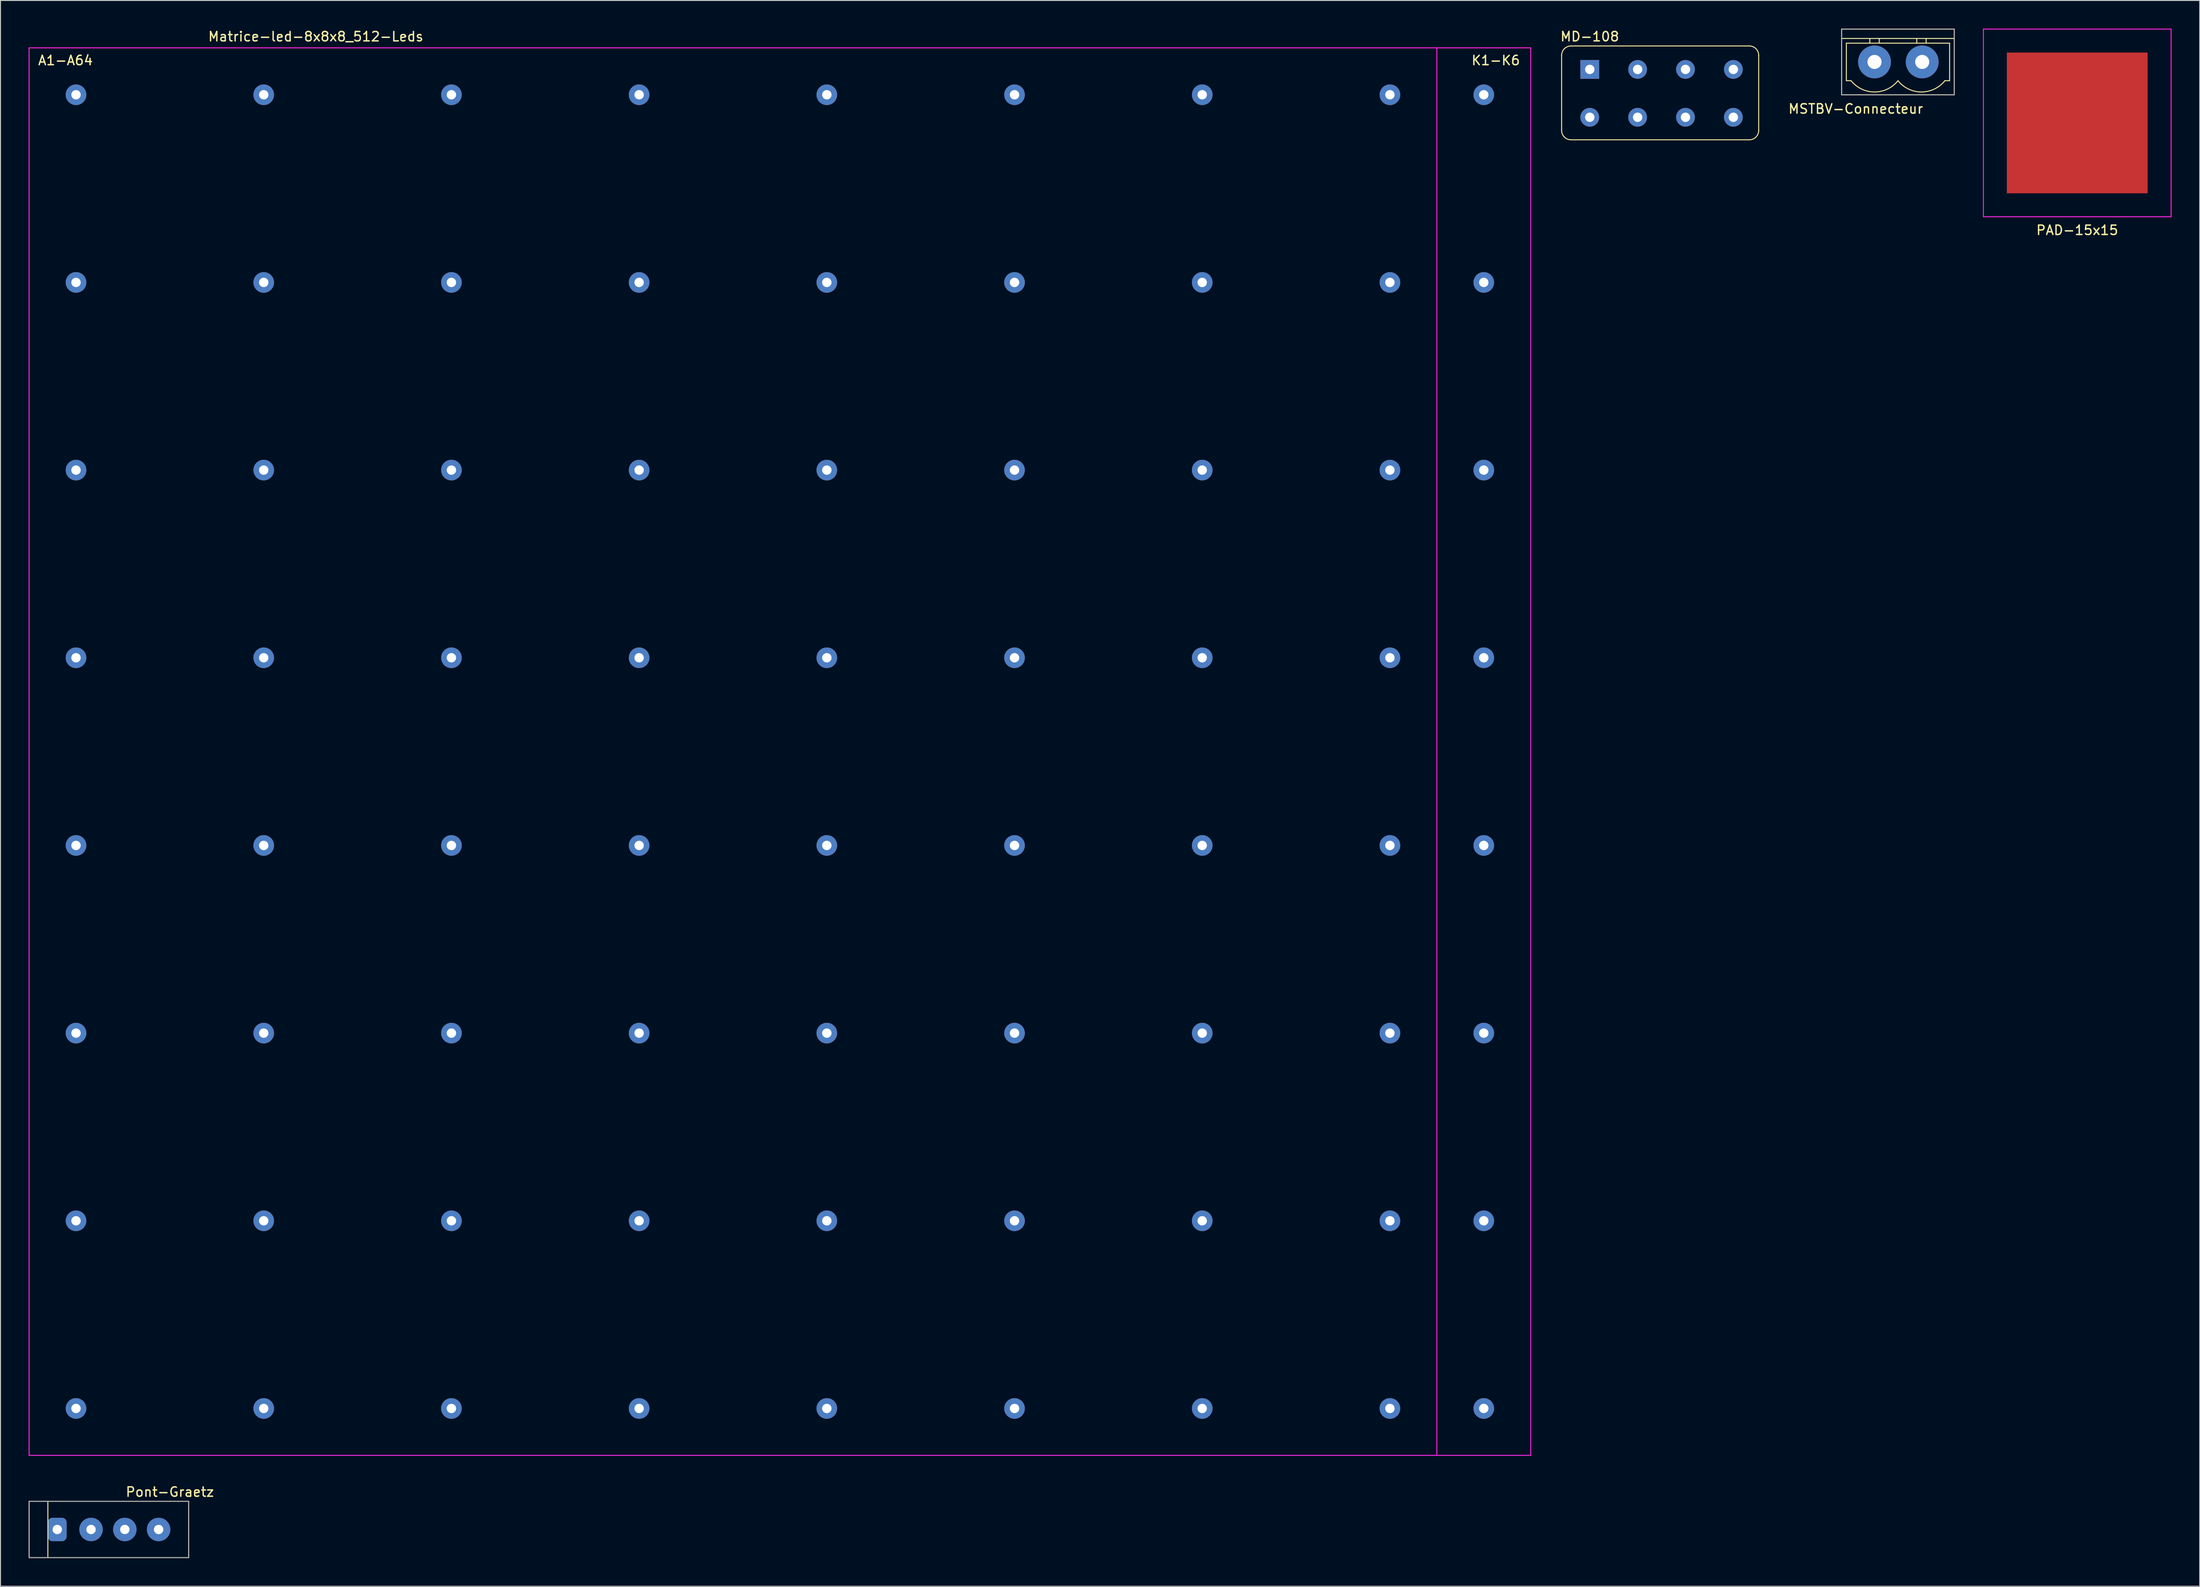
<source format=kicad_pcb>
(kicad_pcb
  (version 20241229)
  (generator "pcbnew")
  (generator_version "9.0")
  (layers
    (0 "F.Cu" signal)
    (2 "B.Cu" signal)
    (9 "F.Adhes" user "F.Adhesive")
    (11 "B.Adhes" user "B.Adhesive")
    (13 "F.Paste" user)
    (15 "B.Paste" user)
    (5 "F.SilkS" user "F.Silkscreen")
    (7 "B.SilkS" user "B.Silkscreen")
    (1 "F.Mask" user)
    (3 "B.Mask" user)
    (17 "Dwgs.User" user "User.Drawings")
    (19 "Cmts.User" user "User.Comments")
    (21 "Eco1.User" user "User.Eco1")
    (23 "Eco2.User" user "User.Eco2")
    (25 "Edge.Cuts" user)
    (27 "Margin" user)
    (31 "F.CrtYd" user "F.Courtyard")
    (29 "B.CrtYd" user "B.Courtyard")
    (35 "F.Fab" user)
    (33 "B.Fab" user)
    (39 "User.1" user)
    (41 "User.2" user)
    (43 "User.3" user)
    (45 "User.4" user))
  (footprint "MSTBV-Connecteur"
    (layer "F.Cu")
    (at 196.686 3.55)
    (property "Reference" "MSTBV-Connecteur" (at -2 5 0) (layer "F.SilkS") (effects (font (size 1 1) (thickness 0.15))))
    (attr through_hole)
    (fp_line (start -3.5 -3.5) (end 8.5 -3.5) (stroke (width 0.1) (type solid)) (layer "F.SilkS"))
    (fp_line (start -3.5 -2.5) (end 8.5 -2.5) (stroke (width 0.1) (type solid)) (layer "F.SilkS"))
    (fp_line (start -3.5 3.5) (end -3.5 -3.5) (stroke (width 0.1) (type solid)) (layer "F.SilkS"))
    (fp_line (start -3 -2) (end -3 2) (stroke (width 0.1) (type solid)) (layer "F.SilkS"))
    (fp_line (start -3 2) (end -2.5 2) (stroke (width 0.1) (type solid)) (layer "F.SilkS"))
    (fp_line (start -0.5 -2.5) (end -0.5 -2) (stroke (width 0.1) (type solid)) (layer "F.SilkS"))
    (fp_line (start 0.5 -2.5) (end 0.5 -2) (stroke (width 0.1) (type solid)) (layer "F.SilkS"))
    (fp_line (start 4.5 -2.5) (end 4.5 -2) (stroke (width 0.1) (type solid)) (layer "F.SilkS"))
    (fp_line (start 5.5 -2.5) (end 5.5 -2) (stroke (width 0.1) (type solid)) (layer "F.SilkS"))
    (fp_line (start 7.5 2) (end 8 2) (stroke (width 0.1) (type solid)) (layer "F.SilkS"))
    (fp_line (start 8 -2) (end -3 -2) (stroke (width 0.1) (type solid)) (layer "F.SilkS"))
    (fp_line (start 8 2) (end 8 -2) (stroke (width 0.1) (type solid)) (layer "F.SilkS"))
    (fp_line (start 8.5 -3.5) (end 8.5 3.5) (stroke (width 0.1) (type solid)) (layer "F.SilkS"))
    (fp_line (start 8.5 3.5) (end -3.5 3.5) (stroke (width 0.1) (type solid)) (layer "F.SilkS"))
    (fp_arc (start 2.499999 1.999999) (mid 0 3.201561) (end -2.499999 1.999999) (stroke (width 0.1) (type solid)) (layer "F.SilkS"))
    (fp_arc (start 7.499999 1.999999) (mid 5 3.201561) (end 2.500001 1.999999) (stroke (width 0.1) (type solid)) (layer "F.SilkS"))
    (fp_line (start -3.5 -3.5) (end 8.5 -3.5) (stroke (width 0.1) (type solid)) (layer "F.Fab"))
    (fp_line (start -3.5 3.5) (end -3.5 -3.5) (stroke (width 0.1) (type solid)) (layer "F.Fab"))
    (fp_line (start 8.5 -3.5) (end 8.5 3.5) (stroke (width 0.1) (type solid)) (layer "F.Fab"))
    (fp_line (start 8.5 3.5) (end -3.5 3.5) (stroke (width 0.1) (type solid)) (layer "F.Fab"))
    (pad "1" thru_hole circle (at 0 0 90) (size 3.5 3.5) (drill 1.5) (layers "*.Cu" "*.Mask"))
    (pad "2" thru_hole circle (at 5.08 0 90) (size 3.5 3.5) (drill 1.5) (layers "*.Cu" "*.Mask")))
  (footprint "MD-108"
    (layer "F.Cu")
    (at 173.844 7.348)
    (property "Reference" "MD-108" (at -7.5 -6.5 0) (layer "F.SilkS") (effects (font (size 1 1) (thickness 0.15))))
    (attr through_hole)
    (fp_line (start -10.5 -4.5) (end -10.5 3.5) (stroke (width 0.1) (type solid)) (layer "F.SilkS"))
    (fp_line (start -9.5 -5.5) (end 9.5 -5.5) (stroke (width 0.1) (type solid)) (layer "F.SilkS"))
    (fp_line (start -9.5 4.5) (end 9.5 4.5) (stroke (width 0.1) (type solid)) (layer "F.SilkS"))
    (fp_line (start 10.5 -4.5) (end 10.5 3.5) (stroke (width 0.1) (type solid)) (layer "F.SilkS"))
    (fp_arc (start -10.5 -4.5) (mid -10.207107 -5.207107) (end -9.5 -5.5) (stroke (width 0.1) (type solid)) (layer "F.SilkS"))
    (fp_arc (start -9.5 4.5) (mid -10.207107 4.207107) (end -10.5 3.5) (stroke (width 0.1) (type solid)) (layer "F.SilkS"))
    (fp_arc (start 9.5 -5.5) (mid 10.207107 -5.207107) (end 10.5 -4.5) (stroke (width 0.1) (type solid)) (layer "F.SilkS"))
    (fp_arc (start 10.5 3.5) (mid 10.207107 4.207107) (end 9.5 4.5) (stroke (width 0.1) (type solid)) (layer "F.SilkS"))
    (pad "1" thru_hole rect (at -7.5 -3) (size 2 2) (drill 1) (layers "*.Cu" "*.Mask"))
    (pad "2" thru_hole oval (at -2.4 -3) (size 2 2) (drill 1) (layers "*.Cu" "*.Mask"))
    (pad "3" thru_hole oval (at 2.7 -3) (size 2 2) (drill 1) (layers "*.Cu" "*.Mask"))
    (pad "4" thru_hole oval (at 7.8 -3) (size 2 2) (drill 1) (layers "*.Cu" "*.Mask"))
    (pad "5" thru_hole oval (at -7.5 2.1) (size 2 2) (drill 1) (layers "*.Cu" "*.Mask"))
    (pad "6" thru_hole oval (at -2.4 2.1) (size 2 2) (drill 1) (layers "*.Cu" "*.Mask"))
    (pad "7" thru_hole oval (at 2.7 2.1) (size 2 2) (drill 1) (layers "*.Cu" "*.Mask"))
    (pad "8" thru_hole oval (at 7.8 2.1) (size 2 2) (drill 1) (layers "*.Cu" "*.Mask")))
  (footprint "Pont-Graetz"
    (layer "F.Cu")
    (at 3.05 159.946)
    (property "Reference" "Pont-Graetz" (at 12 -4 0) (layer "F.SilkS") (effects (font (size 1 1) (thickness 0.15))))
    (attr through_hole)
    (fp_line (start -3 -3) (end 14 -3) (stroke (width 0.1) (type solid)) (layer "F.SilkS"))
    (fp_line (start -3 3) (end -3 -3) (stroke (width 0.1) (type solid)) (layer "F.SilkS"))
    (fp_line (start -1 -3) (end -1 3) (stroke (width 0.1) (type solid)) (layer "F.SilkS"))
    (fp_line (start 14 -3) (end 14 3) (stroke (width 0.1) (type solid)) (layer "F.SilkS"))
    (fp_line (start 14 3) (end -3 3) (stroke (width 0.1) (type solid)) (layer "F.SilkS"))
    (fp_line (start -3 -3) (end -3 3) (stroke (width 0.1) (type solid)) (layer "F.Fab"))
    (fp_line (start -3 -3) (end 14 -3) (stroke (width 0.1) (type solid)) (layer "F.Fab"))
    (fp_line (start 14 -3) (end 14 3) (stroke (width 0.1) (type solid)) (layer "F.Fab"))
    (fp_line (start 14 3) (end -3 3) (stroke (width 0.1) (type solid)) (layer "F.Fab"))
    (pad "1" thru_hole roundrect (at 0 0 90) (size 2.5 2) (drill 1) (layers "*.Cu" "*.Mask") (roundrect_rratio 0.25))
    (pad "2" thru_hole circle (at 10.8 0) (size 2.5 2.5) (drill 1) (layers "*.Cu" "*.Mask"))
    (pad "3" thru_hole circle (at 7.2 0) (size 2.5 2.5) (drill 1) (layers "*.Cu" "*.Mask"))
    (pad "4" thru_hole circle (at 3.6 0) (size 2.5 2.5) (drill 1) (layers "*.Cu" "*.Mask")))
  (footprint "Matrice-led-8x8x8_512-Leds"
    (layer "F.Cu")
    (at 75.05 77.048)
    (property "Reference" "Matrice-led-8x8x8_512-Leds" (at -44.45 -76.2 0) (layer "F.SilkS") (effects (font (size 1 1) (thickness 0.15))))
    (attr through_hole)
    (fp_line (start -75 -75) (end 85 -75) (stroke (width 0.1) (type solid)) (layer "F.CrtYd"))
    (fp_line (start -75 75) (end -75 -75) (stroke (width 0.1) (type solid)) (layer "F.CrtYd"))
    (fp_line (start 75 -75) (end 75 75) (stroke (width 0.1) (type solid)) (layer "F.CrtYd"))
    (fp_line (start 85 -75) (end 85 75) (stroke (width 0.1) (type solid)) (layer "F.CrtYd"))
    (fp_line (start 85 75) (end -75 75) (stroke (width 0.1) (type solid)) (layer "F.CrtYd"))
    (fp_text user "K1-K6" (at 81.28 -73.66 0) (layer "F.SilkS") (effects (font (size 1 1) (thickness 0.15))))
    (fp_text user "A1-A64" (at -71.12 -73.66 0) (layer "F.SilkS") (effects (font (size 1 1) (thickness 0.15))))
    (pad "A1" thru_hole circle (at -70 -70) (size 2.2 2.2) (drill 1) (layers "*.Cu" "*.Mask"))
    (pad "A2" thru_hole circle (at -70 -50) (size 2.2 2.2) (drill 1) (layers "*.Cu" "*.Mask"))
    (pad "A3" thru_hole circle (at -70 -30) (size 2.2 2.2) (drill 1) (layers "*.Cu" "*.Mask"))
    (pad "A4" thru_hole circle (at -70 -10) (size 2.2 2.2) (drill 1) (layers "*.Cu" "*.Mask"))
    (pad "A5" thru_hole circle (at -70 10) (size 2.2 2.2) (drill 1) (layers "*.Cu" "*.Mask"))
    (pad "A6" thru_hole circle (at -70 30) (size 2.2 2.2) (drill 1) (layers "*.Cu" "*.Mask"))
    (pad "A7" thru_hole circle (at -70 50) (size 2.2 2.2) (drill 1) (layers "*.Cu" "*.Mask"))
    (pad "A8" thru_hole circle (at -70 70) (size 2.2 2.2) (drill 1) (layers "*.Cu" "*.Mask"))
    (pad "A9" thru_hole circle (at -50 -70) (size 2.2 2.2) (drill 1) (layers "*.Cu" "*.Mask"))
    (pad "A10" thru_hole circle (at -50 -50) (size 2.2 2.2) (drill 1) (layers "*.Cu" "*.Mask"))
    (pad "A11" thru_hole circle (at -50 -30) (size 2.2 2.2) (drill 1) (layers "*.Cu" "*.Mask"))
    (pad "A12" thru_hole circle (at -50 -10) (size 2.2 2.2) (drill 1) (layers "*.Cu" "*.Mask"))
    (pad "A13" thru_hole circle (at -50 10) (size 2.2 2.2) (drill 1) (layers "*.Cu" "*.Mask"))
    (pad "A14" thru_hole circle (at -50 30) (size 2.2 2.2) (drill 1) (layers "*.Cu" "*.Mask"))
    (pad "A15" thru_hole circle (at -50 50) (size 2.2 2.2) (drill 1) (layers "*.Cu" "*.Mask"))
    (pad "A16" thru_hole circle (at -50 70) (size 2.2 2.2) (drill 1) (layers "*.Cu" "*.Mask"))
    (pad "A17" thru_hole circle (at -30 -70) (size 2.2 2.2) (drill 1) (layers "*.Cu" "*.Mask"))
    (pad "A18" thru_hole circle (at -30 -50) (size 2.2 2.2) (drill 1) (layers "*.Cu" "*.Mask"))
    (pad "A19" thru_hole circle (at -30 -30) (size 2.2 2.2) (drill 1) (layers "*.Cu" "*.Mask"))
    (pad "A20" thru_hole circle (at -30 -10) (size 2.2 2.2) (drill 1) (layers "*.Cu" "*.Mask"))
    (pad "A21" thru_hole circle (at -30 10) (size 2.2 2.2) (drill 1) (layers "*.Cu" "*.Mask"))
    (pad "A22" thru_hole circle (at -30 30) (size 2.2 2.2) (drill 1) (layers "*.Cu" "*.Mask"))
    (pad "A23" thru_hole circle (at -30 50) (size 2.2 2.2) (drill 1) (layers "*.Cu" "*.Mask"))
    (pad "A24" thru_hole circle (at -30 70) (size 2.2 2.2) (drill 1) (layers "*.Cu" "*.Mask"))
    (pad "A25" thru_hole circle (at -10 -70) (size 2.2 2.2) (drill 1) (layers "*.Cu" "*.Mask"))
    (pad "A26" thru_hole circle (at -10 -50) (size 2.2 2.2) (drill 1) (layers "*.Cu" "*.Mask"))
    (pad "A27" thru_hole circle (at -10 -30) (size 2.2 2.2) (drill 1) (layers "*.Cu" "*.Mask"))
    (pad "A28" thru_hole circle (at -10 -10) (size 2.2 2.2) (drill 1) (layers "*.Cu" "*.Mask"))
    (pad "A29" thru_hole circle (at -10 10) (size 2.2 2.2) (drill 1) (layers "*.Cu" "*.Mask"))
    (pad "A30" thru_hole circle (at -10 30) (size 2.2 2.2) (drill 1) (layers "*.Cu" "*.Mask"))
    (pad "A31" thru_hole circle (at -10 50) (size 2.2 2.2) (drill 1) (layers "*.Cu" "*.Mask"))
    (pad "A32" thru_hole circle (at -10 70) (size 2.2 2.2) (drill 1) (layers "*.Cu" "*.Mask"))
    (pad "A33" thru_hole circle (at 10 -70) (size 2.2 2.2) (drill 1) (layers "*.Cu" "*.Mask"))
    (pad "A34" thru_hole circle (at 10 -50) (size 2.2 2.2) (drill 1) (layers "*.Cu" "*.Mask"))
    (pad "A35" thru_hole circle (at 10 -30) (size 2.2 2.2) (drill 1) (layers "*.Cu" "*.Mask"))
    (pad "A36" thru_hole circle (at 10 -10) (size 2.2 2.2) (drill 1) (layers "*.Cu" "*.Mask"))
    (pad "A37" thru_hole circle (at 10 10) (size 2.2 2.2) (drill 1) (layers "*.Cu" "*.Mask"))
    (pad "A38" thru_hole circle (at 10 30) (size 2.2 2.2) (drill 1) (layers "*.Cu" "*.Mask"))
    (pad "A39" thru_hole circle (at 10 50) (size 2.2 2.2) (drill 1) (layers "*.Cu" "*.Mask"))
    (pad "A40" thru_hole circle (at 10 70) (size 2.2 2.2) (drill 1) (layers "*.Cu" "*.Mask"))
    (pad "A41" thru_hole circle (at 30 -70) (size 2.2 2.2) (drill 1) (layers "*.Cu" "*.Mask"))
    (pad "A42" thru_hole circle (at 30 -50) (size 2.2 2.2) (drill 1) (layers "*.Cu" "*.Mask"))
    (pad "A43" thru_hole circle (at 30 -30) (size 2.2 2.2) (drill 1) (layers "*.Cu" "*.Mask"))
    (pad "A44" thru_hole circle (at 30 -10) (size 2.2 2.2) (drill 1) (layers "*.Cu" "*.Mask"))
    (pad "A45" thru_hole circle (at 30 10) (size 2.2 2.2) (drill 1) (layers "*.Cu" "*.Mask"))
    (pad "A46" thru_hole circle (at 30 30) (size 2.2 2.2) (drill 1) (layers "*.Cu" "*.Mask"))
    (pad "A47" thru_hole circle (at 30 50) (size 2.2 2.2) (drill 1) (layers "*.Cu" "*.Mask"))
    (pad "A48" thru_hole circle (at 30 70) (size 2.2 2.2) (drill 1) (layers "*.Cu" "*.Mask"))
    (pad "A49" thru_hole circle (at 50 -70) (size 2.2 2.2) (drill 1) (layers "*.Cu" "*.Mask"))
    (pad "A50" thru_hole circle (at 50 -50) (size 2.2 2.2) (drill 1) (layers "*.Cu" "*.Mask"))
    (pad "A51" thru_hole circle (at 50 -30) (size 2.2 2.2) (drill 1) (layers "*.Cu" "*.Mask"))
    (pad "A52" thru_hole circle (at 50 -10) (size 2.2 2.2) (drill 1) (layers "*.Cu" "*.Mask"))
    (pad "A53" thru_hole circle (at 50 10) (size 2.2 2.2) (drill 1) (layers "*.Cu" "*.Mask"))
    (pad "A54" thru_hole circle (at 50 30) (size 2.2 2.2) (drill 1) (layers "*.Cu" "*.Mask"))
    (pad "A55" thru_hole circle (at 50 50) (size 2.2 2.2) (drill 1) (layers "*.Cu" "*.Mask"))
    (pad "A56" thru_hole circle (at 50 70) (size 2.2 2.2) (drill 1) (layers "*.Cu" "*.Mask"))
    (pad "A57" thru_hole circle (at 70 -70) (size 2.2 2.2) (drill 1) (layers "*.Cu" "*.Mask"))
    (pad "A58" thru_hole circle (at 70 -50) (size 2.2 2.2) (drill 1) (layers "*.Cu" "*.Mask"))
    (pad "A59" thru_hole circle (at 70 -30) (size 2.2 2.2) (drill 1) (layers "*.Cu" "*.Mask"))
    (pad "A60" thru_hole circle (at 70 -10) (size 2.2 2.2) (drill 1) (layers "*.Cu" "*.Mask"))
    (pad "A61" thru_hole circle (at 70 10) (size 2.2 2.2) (drill 1) (layers "*.Cu" "*.Mask"))
    (pad "A62" thru_hole circle (at 70 30) (size 2.2 2.2) (drill 1) (layers "*.Cu" "*.Mask"))
    (pad "A63" thru_hole circle (at 70 50) (size 2.2 2.2) (drill 1) (layers "*.Cu" "*.Mask"))
    (pad "A64" thru_hole circle (at 70 70) (size 2.2 2.2) (drill 1) (layers "*.Cu" "*.Mask"))
    (pad "K1" thru_hole circle (at 80 -70) (size 2.2 2.2) (drill 1) (layers "*.Cu" "*.Mask"))
    (pad "K2" thru_hole circle (at 80 -50) (size 2.2 2.2) (drill 1) (layers "*.Cu" "*.Mask"))
    (pad "K3" thru_hole circle (at 80 -30) (size 2.2 2.2) (drill 1) (layers "*.Cu" "*.Mask"))
    (pad "K4" thru_hole circle (at 80 -10) (size 2.2 2.2) (drill 1) (layers "*.Cu" "*.Mask"))
    (pad "K5" thru_hole circle (at 80 10) (size 2.2 2.2) (drill 1) (layers "*.Cu" "*.Mask"))
    (pad "K6" thru_hole circle (at 80 30) (size 2.2 2.2) (drill 1) (layers "*.Cu" "*.Mask"))
    (pad "K7" thru_hole circle (at 80 50) (size 2.2 2.2) (drill 1) (layers "*.Cu" "*.Mask"))
    (pad "K8" thru_hole circle (at 80 70) (size 2.2 2.2) (drill 1) (layers "*.Cu" "*.Mask")))
  (footprint "PAD-15x15"
    (layer "F.Cu")
    (at 218.286 10.05)
    (property "Reference" "PAD-15x15" (at 0 11.43 0) (layer "F.SilkS") (effects (font (size 1 1) (thickness 0.15))))
    (attr through_hole)
    (fp_line (start -10 -10) (end 10 -10) (stroke (width 0.1) (type solid)) (layer "F.CrtYd"))
    (fp_line (start -10 10) (end -10 -10) (stroke (width 0.1) (type solid)) (layer "F.CrtYd"))
    (fp_line (start 10 -10) (end 10 10) (stroke (width 0.1) (type solid)) (layer "F.CrtYd"))
    (fp_line (start 10 10) (end -10 10) (stroke (width 0.1) (type solid)) (layer "F.CrtYd"))
    (pad "1" smd rect (at 0 0) (size 15 15) (layers "F.Cu" "F.Mask" "F.Paste")))
  (gr_rect
    (start -3 -3)
    (end 231.336 165.996)
    (stroke (width 0.1) (type default))
    (fill no)
    (layer "Edge.Cuts")))
</source>
